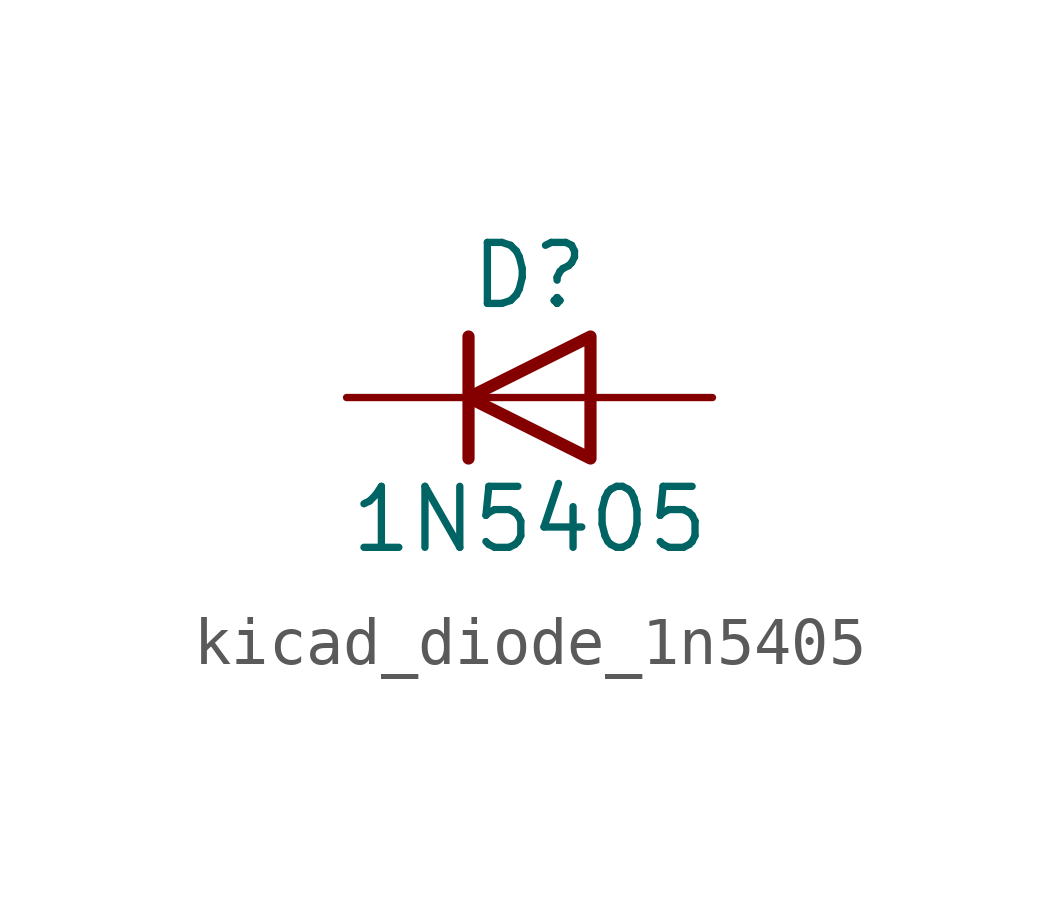
<source format=kicad_sym>
(kicad_symbol_lib
  (version 20220914)
  (generator kicad_symbol_editor)
  (symbol "kicad_diode_1n5405"
    (pin_numbers hide)
    (pin_names hide)
    (property "Reference" "D"
      (at 0 2.54 0)
      (effects (font (size 1.27 1.27))))
    (property "Value" "1N5405"
      (at 0 -2.54 0)
      (effects (font (size 1.27 1.27))))
    (symbol "kicad_diode_1n5405_0_1"
      (polyline (pts (xy -1.27 1.27) (xy -1.27 -1.27)) (stroke (width 0.254) (type default)) (fill (type none)))
      (polyline (pts (xy 1.27 0) (xy -1.27 0)) (stroke (width 0) (type default)) (fill (type none)))
      (polyline (pts (xy 1.27 1.27) (xy 1.27 -1.27) (xy -1.27 0) (xy 1.27 1.27)) (stroke (width 0.254) (type default)) (fill (type none))))
    (symbol "kicad_diode_1n5405_1_1"
      (pin passive line (at -3.81 0 0) (length 2.54) (name "K" (effects (font (size 1.27 1.27)))) (number "1" (effects (font (size 1.27 1.27)))))
      (pin passive line (at 3.81 0 180) (length 2.54) (name "A" (effects (font (size 1.27 1.27)))) (number "2" (effects (font (size 1.27 1.27))))))))
</source>
